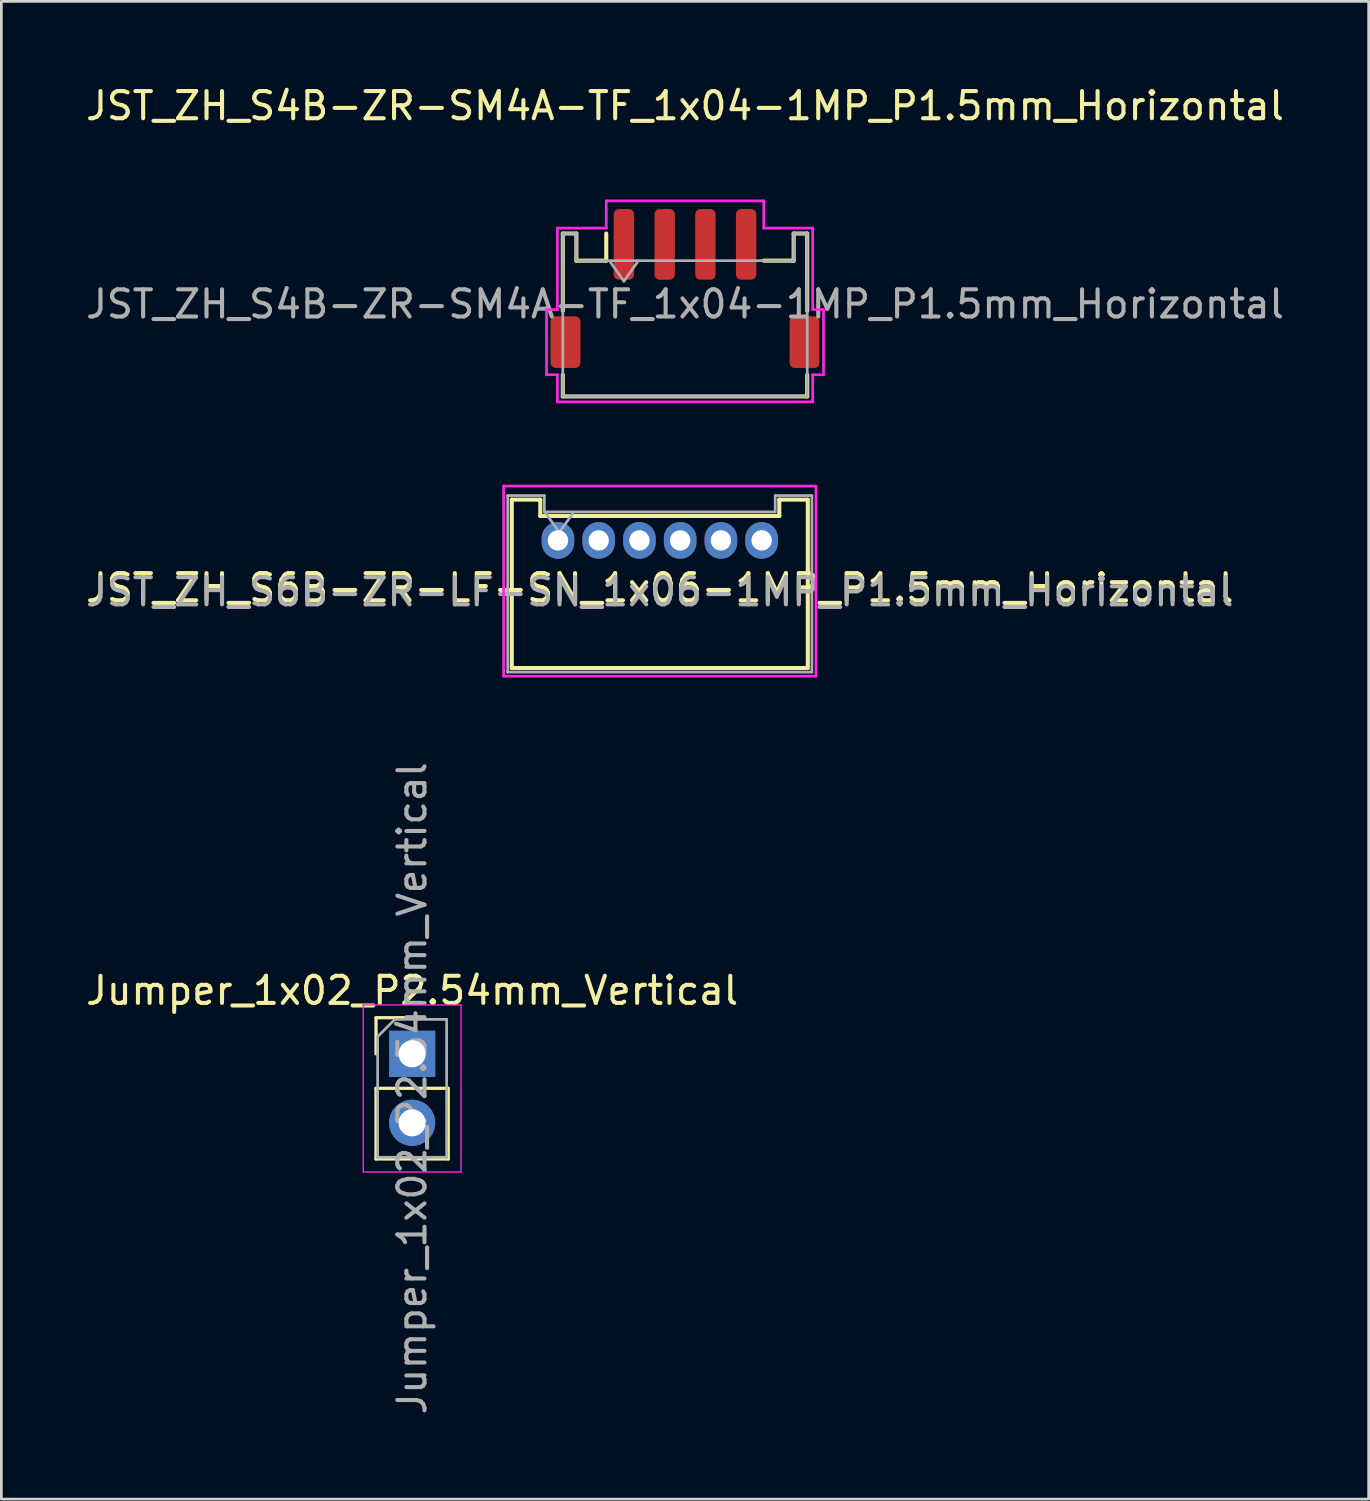
<source format=kicad_pcb>
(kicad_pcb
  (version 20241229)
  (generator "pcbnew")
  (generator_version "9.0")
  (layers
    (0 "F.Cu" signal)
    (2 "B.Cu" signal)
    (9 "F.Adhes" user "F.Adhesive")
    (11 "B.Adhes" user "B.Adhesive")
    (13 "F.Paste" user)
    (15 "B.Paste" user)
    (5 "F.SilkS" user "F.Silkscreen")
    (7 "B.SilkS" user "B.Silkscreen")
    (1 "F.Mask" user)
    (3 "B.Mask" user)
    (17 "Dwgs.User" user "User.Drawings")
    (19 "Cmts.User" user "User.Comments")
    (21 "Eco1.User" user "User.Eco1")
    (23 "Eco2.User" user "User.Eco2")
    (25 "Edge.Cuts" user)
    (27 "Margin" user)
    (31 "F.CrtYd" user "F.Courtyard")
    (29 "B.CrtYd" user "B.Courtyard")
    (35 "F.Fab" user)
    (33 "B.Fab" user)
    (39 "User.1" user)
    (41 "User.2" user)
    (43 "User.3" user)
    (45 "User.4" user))
  (footprint "Jumper_1x02_P2.54mm_Vertical"
    (layer "F.Cu")
    (at 12.125 35.753)
    (property "Reference" "Jumper_1x02_P2.54mm_Vertical" (at 0 -2.33 0) (layer "F.SilkS") (effects (font (size 1 1) (thickness 0.15))))
    (attr through_hole)
    (fp_line (start -1.33 -1.33) (end 0 -1.33) (stroke (width 0.12) (type solid)) (layer "F.SilkS"))
    (fp_line (start -1.33 0) (end -1.33 -1.33) (stroke (width 0.12) (type solid)) (layer "F.SilkS"))
    (fp_line (start -1.33 1.27) (end -1.33 3.87) (stroke (width 0.12) (type solid)) (layer "F.SilkS"))
    (fp_line (start -1.33 1.27) (end 1.33 1.27) (stroke (width 0.12) (type solid)) (layer "F.SilkS"))
    (fp_line (start -1.33 3.87) (end 1.33 3.87) (stroke (width 0.12) (type solid)) (layer "F.SilkS"))
    (fp_line (start 1.33 1.27) (end 1.33 3.87) (stroke (width 0.12) (type solid)) (layer "F.SilkS"))
    (fp_line (start -1.8 -1.8) (end -1.8 4.35) (stroke (width 0.05) (type solid)) (layer "F.CrtYd"))
    (fp_line (start -1.8 4.35) (end 1.8 4.35) (stroke (width 0.05) (type solid)) (layer "F.CrtYd"))
    (fp_line (start 1.8 -1.8) (end -1.8 -1.8) (stroke (width 0.05) (type solid)) (layer "F.CrtYd"))
    (fp_line (start 1.8 4.35) (end 1.8 -1.8) (stroke (width 0.05) (type solid)) (layer "F.CrtYd"))
    (fp_line (start -1.27 -0.635) (end -0.635 -1.27) (stroke (width 0.1) (type solid)) (layer "F.Fab"))
    (fp_line (start -1.27 3.81) (end -1.27 -0.635) (stroke (width 0.1) (type solid)) (layer "F.Fab"))
    (fp_line (start -0.635 -1.27) (end 1.27 -1.27) (stroke (width 0.1) (type solid)) (layer "F.Fab"))
    (fp_line (start 1.27 -1.27) (end 1.27 3.81) (stroke (width 0.1) (type solid)) (layer "F.Fab"))
    (fp_line (start 1.27 3.81) (end -1.27 3.81) (stroke (width 0.1) (type solid)) (layer "F.Fab"))
    (fp_text user "${REFERENCE}" (at 0 1.27 90) (layer "F.Fab") (effects (font (size 1 1) (thickness 0.15))))
    (pad "1" thru_hole rect (at 0 0) (size 1.7 1.7) (drill 1) (layers "*.Cu" "*.Mask"))
    (pad "2" thru_hole oval (at 0 2.54) (size 1.7 1.7) (drill 1) (layers "*.Cu" "*.Mask")))
  (footprint "JST_ZH_S4B-ZR-SM4A-TF_1x04-1MP_P1.5mm_Horizontal"
    (layer "F.Cu")
    (at 22.173 8.548)
    (property "Reference" "JST_ZH_S4B-ZR-SM4A-TF_1x04-1MP_P1.5mm_Horizontal" (at 0 -7.7 0) (layer "F.SilkS") (effects (font (size 1 1) (thickness 0.15))))
    (attr smd)
    (fp_line (start -4.5 -3) (end -4 -3) (stroke (width 0.15) (type solid)) (layer "F.SilkS"))
    (fp_line (start -4.5 -0.15) (end -4.5 -3) (stroke (width 0.15) (type solid)) (layer "F.SilkS"))
    (fp_line (start -4.5 3) (end -4.5 2.2) (stroke (width 0.15) (type solid)) (layer "F.SilkS"))
    (fp_line (start -4.5 3) (end 4.5 3) (stroke (width 0.15) (type solid)) (layer "F.SilkS"))
    (fp_line (start -4 -3) (end -4 -2) (stroke (width 0.15) (type solid)) (layer "F.SilkS"))
    (fp_line (start -4 -2) (end -2.9 -2) (stroke (width 0.15) (type solid)) (layer "F.SilkS"))
    (fp_line (start -2.9 -2) (end -2.9 -3) (stroke (width 0.15) (type solid)) (layer "F.SilkS"))
    (fp_line (start 4 -3) (end 4 -2) (stroke (width 0.15) (type solid)) (layer "F.SilkS"))
    (fp_line (start 4 -2) (end 2.9 -2) (stroke (width 0.15) (type solid)) (layer "F.SilkS"))
    (fp_line (start 4.5 -3) (end 4 -3) (stroke (width 0.15) (type solid)) (layer "F.SilkS"))
    (fp_line (start 4.5 -0.15) (end 4.5 -3) (stroke (width 0.15) (type solid)) (layer "F.SilkS"))
    (fp_line (start 4.5 3) (end 4.5 2.2) (stroke (width 0.15) (type solid)) (layer "F.SilkS"))
    (fp_line (start -5.1 -0.2) (end -4.7 -0.2) (stroke (width 0.1) (type solid)) (layer "F.CrtYd"))
    (fp_line (start -5.1 2.2) (end -5.1 -0.2) (stroke (width 0.1) (type solid)) (layer "F.CrtYd"))
    (fp_line (start -4.7 -3.2) (end -2.9 -3.2) (stroke (width 0.1) (type solid)) (layer "F.CrtYd"))
    (fp_line (start -4.7 -0.2) (end -4.7 -3.2) (stroke (width 0.1) (type solid)) (layer "F.CrtYd"))
    (fp_line (start -4.7 2.2) (end -5.1 2.2) (stroke (width 0.1) (type solid)) (layer "F.CrtYd"))
    (fp_line (start -4.7 3.2) (end -4.7 2.2) (stroke (width 0.1) (type solid)) (layer "F.CrtYd"))
    (fp_line (start -2.9 -4.2) (end 2.9 -4.2) (stroke (width 0.1) (type solid)) (layer "F.CrtYd"))
    (fp_line (start -2.9 -3.2) (end -2.9 -4.2) (stroke (width 0.1) (type solid)) (layer "F.CrtYd"))
    (fp_line (start 2.9 -4.2) (end 2.9 -3.2) (stroke (width 0.1) (type solid)) (layer "F.CrtYd"))
    (fp_line (start 2.9 -3.2) (end 4.7 -3.2) (stroke (width 0.1) (type solid)) (layer "F.CrtYd"))
    (fp_line (start 4.7 -3.2) (end 4.7 -0.2) (stroke (width 0.1) (type solid)) (layer "F.CrtYd"))
    (fp_line (start 4.7 -0.2) (end 5.1 -0.2) (stroke (width 0.1) (type solid)) (layer "F.CrtYd"))
    (fp_line (start 4.7 2.2) (end 4.7 3.2) (stroke (width 0.1) (type solid)) (layer "F.CrtYd"))
    (fp_line (start 4.7 3.2) (end -4.7 3.2) (stroke (width 0.1) (type solid)) (layer "F.CrtYd"))
    (fp_line (start 5.1 -0.2) (end 5.1 2.2) (stroke (width 0.1) (type solid)) (layer "F.CrtYd"))
    (fp_line (start 5.1 2.2) (end 4.7 2.2) (stroke (width 0.1) (type solid)) (layer "F.CrtYd"))
    (fp_line (start -4.5 -3) (end -4.5 3) (stroke (width 0.1) (type solid)) (layer "F.Fab"))
    (fp_line (start -4.5 3) (end 4.5 3) (stroke (width 0.1) (type solid)) (layer "F.Fab"))
    (fp_line (start -4 -3) (end -4.5 -3) (stroke (width 0.1) (type solid)) (layer "F.Fab"))
    (fp_line (start -4 -2) (end -4 -3) (stroke (width 0.1) (type solid)) (layer "F.Fab"))
    (fp_line (start -2.75 -1.95) (end -2.25 -1.243) (stroke (width 0.1) (type solid)) (layer "F.Fab"))
    (fp_line (start -2.25 -1.243) (end -1.75 -1.95) (stroke (width 0.1) (type solid)) (layer "F.Fab"))
    (fp_line (start 4 -3) (end 4 -2) (stroke (width 0.1) (type solid)) (layer "F.Fab"))
    (fp_line (start 4 -2) (end -4 -2) (stroke (width 0.1) (type solid)) (layer "F.Fab"))
    (fp_line (start 4.5 -3) (end 4 -3) (stroke (width 0.1) (type solid)) (layer "F.Fab"))
    (fp_line (start 4.5 3) (end 4.5 -3) (stroke (width 0.1) (type solid)) (layer "F.Fab"))
    (fp_text user "${REFERENCE}" (at 0 -0.4 0) (layer "F.Fab") (effects (font (size 1 1) (thickness 0.15))))
    (pad "1" smd roundrect (at -2.25 -2.6) (size 0.75 2.6) (layers "F.Cu" "F.Mask" "F.Paste") (roundrect_rratio 0.25))
    (pad "2" smd roundrect (at -0.75 -2.6) (size 0.75 2.6) (layers "F.Cu" "F.Mask" "F.Paste") (roundrect_rratio 0.25))
    (pad "3" smd roundrect (at 0.75 -2.6) (size 0.75 2.6) (layers "F.Cu" "F.Mask" "F.Paste") (roundrect_rratio 0.25))
    (pad "4" smd roundrect (at 2.25 -2.6) (size 0.75 2.6) (layers "F.Cu" "F.Mask" "F.Paste") (roundrect_rratio 0.25))
    (pad "MP" smd roundrect (at -4.4 1) (size 1.1 1.9) (layers "F.Cu" "F.Mask" "F.Paste") (roundrect_rratio 0.167))
    (pad "MP" smd roundrect (at 4.4 1) (size 1.1 1.9) (layers "F.Cu" "F.Mask" "F.Paste") (roundrect_rratio 0.167)))
  (footprint "JST_ZH_S6B-ZR-LF-SN_1x06-1MP_P1.5mm_Horizontal"
    (layer "F.Cu")
    (at 21.244 16.848)
    (property "Reference" "JST_ZH_S6B-ZR-LF-SN_1x06-1MP_P1.5mm_Horizontal" (at 0 1.75 0) (layer "F.SilkS") (effects (font (size 1 1) (thickness 0.15))))
    (attr through_hole)
    (fp_line (start -5.45 -1.5) (end -4.4 -1.5) (stroke (width 0.15) (type solid)) (layer "F.SilkS"))
    (fp_line (start -5.45 4.7) (end -5.45 -1.5) (stroke (width 0.15) (type solid)) (layer "F.SilkS"))
    (fp_line (start -5.45 4.7) (end 5.45 4.7) (stroke (width 0.15) (type solid)) (layer "F.SilkS"))
    (fp_line (start -4.4 -1.5) (end -4.4 -0.9) (stroke (width 0.15) (type solid)) (layer "F.SilkS"))
    (fp_line (start -4.4 -0.9) (end 4.4 -0.9) (stroke (width 0.15) (type solid)) (layer "F.SilkS"))
    (fp_line (start 4.4 -1.5) (end 4.4 -0.9) (stroke (width 0.15) (type solid)) (layer "F.SilkS"))
    (fp_line (start 5.45 -1.5) (end 4.4 -1.5) (stroke (width 0.15) (type solid)) (layer "F.SilkS"))
    (fp_line (start 5.45 4.7) (end 5.45 -1.5) (stroke (width 0.15) (type solid)) (layer "F.SilkS"))
    (fp_line (start -5.75 5) (end -5.75 -2) (stroke (width 0.1) (type solid)) (layer "F.CrtYd"))
    (fp_line (start 5.75 -2) (end -5.75 -2) (stroke (width 0.1) (type solid)) (layer "F.CrtYd"))
    (fp_line (start 5.75 5) (end -5.75 5) (stroke (width 0.1) (type solid)) (layer "F.CrtYd"))
    (fp_line (start 5.75 5) (end 5.75 -2) (stroke (width 0.1) (type solid)) (layer "F.CrtYd"))
    (fp_line (start -5.6 -1.65) (end -5.6 4.85) (stroke (width 0.1) (type solid)) (layer "F.Fab"))
    (fp_line (start -5.6 4.85) (end 5.6 4.85) (stroke (width 0.1) (type solid)) (layer "F.Fab"))
    (fp_line (start -4.25 -1.65) (end -5.6 -1.65) (stroke (width 0.1) (type solid)) (layer "F.Fab"))
    (fp_line (start -4.25 -1.05) (end -4.25 -1.65) (stroke (width 0.1) (type solid)) (layer "F.Fab"))
    (fp_line (start -4.2 -1) (end -3.7 -0.293) (stroke (width 0.1) (type solid)) (layer "F.Fab"))
    (fp_line (start -3.7 -0.293) (end -3.2 -1) (stroke (width 0.1) (type solid)) (layer "F.Fab"))
    (fp_line (start 4.25 -1.65) (end 4.25 -1.05) (stroke (width 0.1) (type solid)) (layer "F.Fab"))
    (fp_line (start 4.25 -1.05) (end -4.25 -1.05) (stroke (width 0.1) (type solid)) (layer "F.Fab"))
    (fp_line (start 5.6 -1.65) (end 4.25 -1.65) (stroke (width 0.1) (type solid)) (layer "F.Fab"))
    (fp_line (start 5.6 4.85) (end 5.6 -1.65) (stroke (width 0.1) (type solid)) (layer "F.Fab"))
    (fp_text user "${REFERENCE}" (at 0 1.9 0) (layer "F.Fab") (effects (font (size 1 1) (thickness 0.15))))
    (pad "1" thru_hole oval (at -3.75 0) (size 1.2 1.35) (drill 0.75) (layers "*.Cu" "*.Mask"))
    (pad "2" thru_hole oval (at -2.25 0) (size 1.2 1.35) (drill 0.75) (layers "*.Cu" "*.Mask"))
    (pad "3" thru_hole oval (at -0.75 0) (size 1.2 1.35) (drill 0.75) (layers "*.Cu" "*.Mask"))
    (pad "4" thru_hole oval (at 0.75 0) (size 1.2 1.35) (drill 0.75) (layers "*.Cu" "*.Mask"))
    (pad "5" thru_hole oval (at 2.25 0) (size 1.2 1.35) (drill 0.75) (layers "*.Cu" "*.Mask"))
    (pad "6" thru_hole oval (at 3.75 0) (size 1.2 1.35) (drill 0.75) (layers "*.Cu" "*.Mask")))
  (gr_rect
    (start -3 -3)
    (end 47.345 52.148)
    (stroke (width 0.1) (type default))
    (fill no)
    (layer "Edge.Cuts")))
</source>
